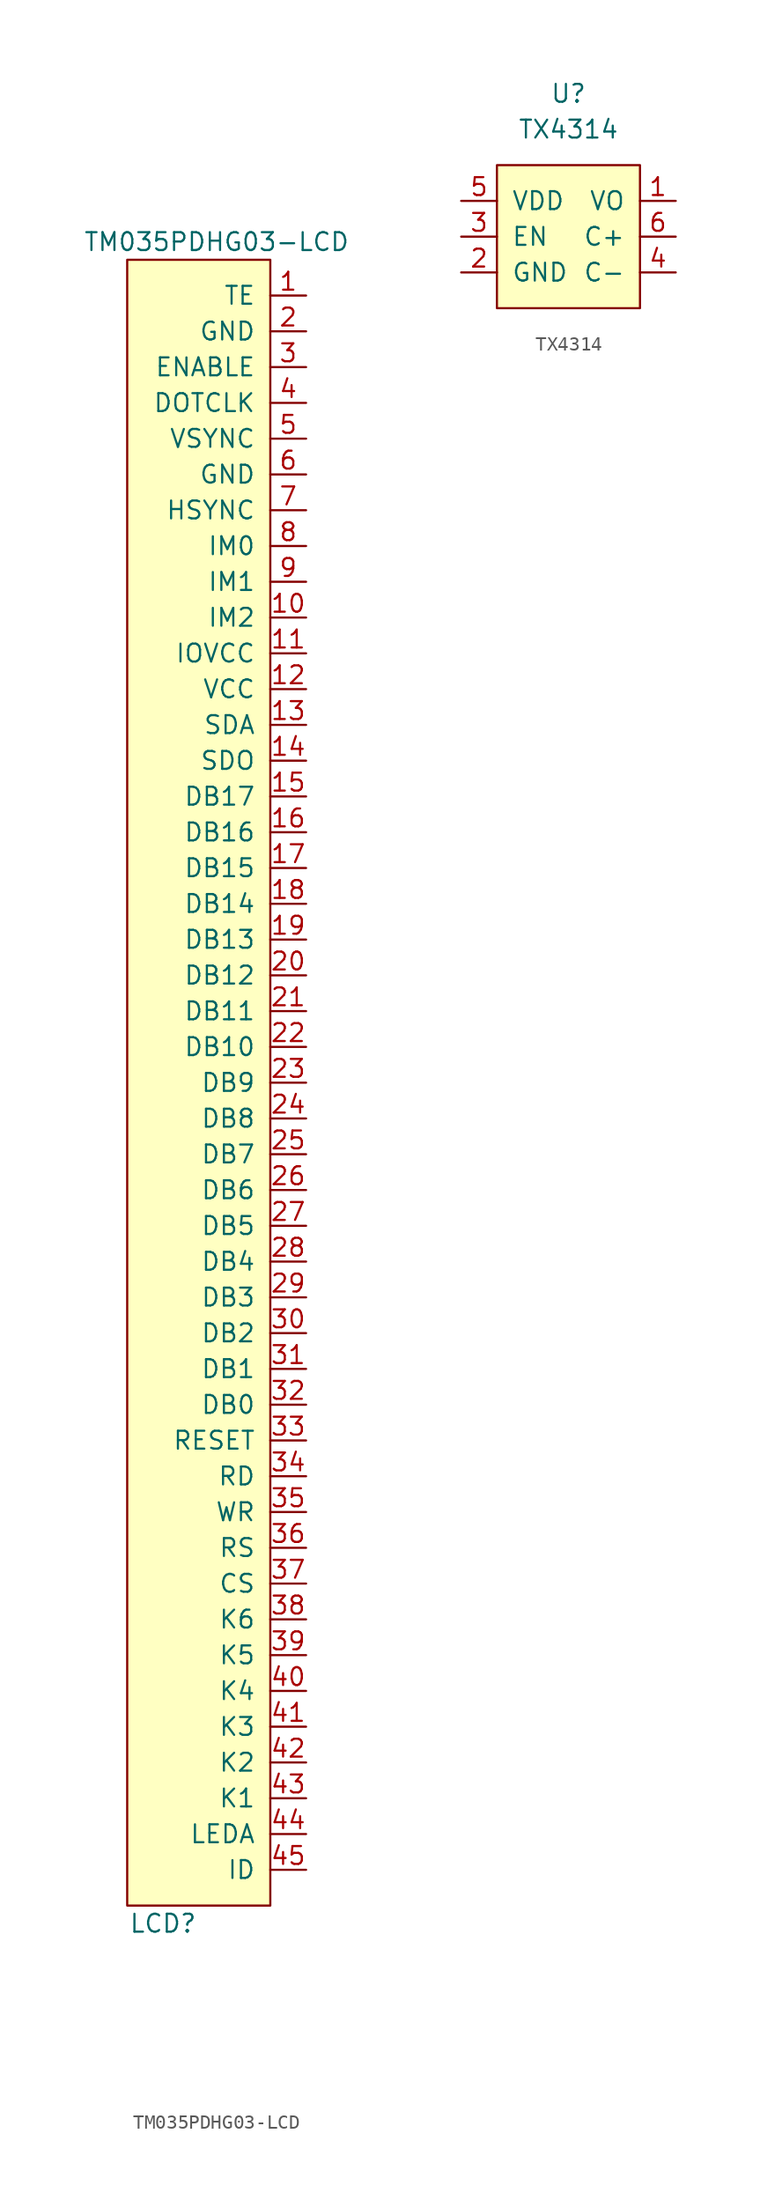
<source format=kicad_sym>
(kicad_symbol_lib
  (version 20210619)
  (generator kicad_symbol_editor)
  (symbol "symbols:TM035PDHG03-LCD"
    (pin_names
      (offset 1.016))
    (property "Reference" "LCD"
      (at -2.54 -59.69 0)
      (effects (font (size 1.27 1.27))))
    (property "Value" "TM035PDHG03-LCD"
      (at 1.27 59.69 0)
      (effects (font (size 1.27 1.27))))
    (symbol "TM035PDHG03-LCD_0_1"
      (rectangle (start -5.08 58.42) (end 5.08 -58.42) (stroke (width 0)) (fill (type background))))
    (symbol "TM035PDHG03-LCD_1_1"
      (pin input line (at 7.62 55.88 180) (length 2.54) (name "TE" (effects (font (size 1.27 1.27)))) (number "1" (effects (font (size 1.27 1.27)))))
      (pin input line (at 7.62 33.02 180) (length 2.54) (name "IM2" (effects (font (size 1.27 1.27)))) (number "10" (effects (font (size 1.27 1.27)))))
      (pin power_in line (at 7.62 30.48 180) (length 2.54) (name "IOVCC" (effects (font (size 1.27 1.27)))) (number "11" (effects (font (size 1.27 1.27)))))
      (pin power_in line (at 7.62 27.94 180) (length 2.54) (name "VCC" (effects (font (size 1.27 1.27)))) (number "12" (effects (font (size 1.27 1.27)))))
      (pin input line (at 7.62 25.4 180) (length 2.54) (name "SDA" (effects (font (size 1.27 1.27)))) (number "13" (effects (font (size 1.27 1.27)))))
      (pin output line (at 7.62 22.86 180) (length 2.54) (name "SDO" (effects (font (size 1.27 1.27)))) (number "14" (effects (font (size 1.27 1.27)))))
      (pin input line (at 7.62 20.32 180) (length 2.54) (name "DB17" (effects (font (size 1.27 1.27)))) (number "15" (effects (font (size 1.27 1.27)))))
      (pin input line (at 7.62 17.78 180) (length 2.54) (name "DB16" (effects (font (size 1.27 1.27)))) (number "16" (effects (font (size 1.27 1.27)))))
      (pin input line (at 7.62 15.24 180) (length 2.54) (name "DB15" (effects (font (size 1.27 1.27)))) (number "17" (effects (font (size 1.27 1.27)))))
      (pin input line (at 7.62 12.7 180) (length 2.54) (name "DB14" (effects (font (size 1.27 1.27)))) (number "18" (effects (font (size 1.27 1.27)))))
      (pin input line (at 7.62 10.16 180) (length 2.54) (name "DB13" (effects (font (size 1.27 1.27)))) (number "19" (effects (font (size 1.27 1.27)))))
      (pin power_in line (at 7.62 53.34 180) (length 2.54) (name "GND" (effects (font (size 1.27 1.27)))) (number "2" (effects (font (size 1.27 1.27)))))
      (pin input line (at 7.62 7.62 180) (length 2.54) (name "DB12" (effects (font (size 1.27 1.27)))) (number "20" (effects (font (size 1.27 1.27)))))
      (pin input line (at 7.62 5.08 180) (length 2.54) (name "DB11" (effects (font (size 1.27 1.27)))) (number "21" (effects (font (size 1.27 1.27)))))
      (pin input line (at 7.62 2.54 180) (length 2.54) (name "DB10" (effects (font (size 1.27 1.27)))) (number "22" (effects (font (size 1.27 1.27)))))
      (pin input line (at 7.62 0 180) (length 2.54) (name "DB9" (effects (font (size 1.27 1.27)))) (number "23" (effects (font (size 1.27 1.27)))))
      (pin input line (at 7.62 -2.54 180) (length 2.54) (name "DB8" (effects (font (size 1.27 1.27)))) (number "24" (effects (font (size 1.27 1.27)))))
      (pin input line (at 7.62 -5.08 180) (length 2.54) (name "DB7" (effects (font (size 1.27 1.27)))) (number "25" (effects (font (size 1.27 1.27)))))
      (pin input line (at 7.62 -7.62 180) (length 2.54) (name "DB6" (effects (font (size 1.27 1.27)))) (number "26" (effects (font (size 1.27 1.27)))))
      (pin input line (at 7.62 -10.16 180) (length 2.54) (name "DB5" (effects (font (size 1.27 1.27)))) (number "27" (effects (font (size 1.27 1.27)))))
      (pin input line (at 7.62 -12.7 180) (length 2.54) (name "DB4" (effects (font (size 1.27 1.27)))) (number "28" (effects (font (size 1.27 1.27)))))
      (pin input line (at 7.62 -15.24 180) (length 2.54) (name "DB3" (effects (font (size 1.27 1.27)))) (number "29" (effects (font (size 1.27 1.27)))))
      (pin input line (at 7.62 50.8 180) (length 2.54) (name "ENABLE" (effects (font (size 1.27 1.27)))) (number "3" (effects (font (size 1.27 1.27)))))
      (pin input line (at 7.62 -17.78 180) (length 2.54) (name "DB2" (effects (font (size 1.27 1.27)))) (number "30" (effects (font (size 1.27 1.27)))))
      (pin input line (at 7.62 -20.32 180) (length 2.54) (name "DB1" (effects (font (size 1.27 1.27)))) (number "31" (effects (font (size 1.27 1.27)))))
      (pin input line (at 7.62 -22.86 180) (length 2.54) (name "DB0" (effects (font (size 1.27 1.27)))) (number "32" (effects (font (size 1.27 1.27)))))
      (pin input line (at 7.62 -25.4 180) (length 2.54) (name "RESET" (effects (font (size 1.27 1.27)))) (number "33" (effects (font (size 1.27 1.27)))))
      (pin input line (at 7.62 -27.94 180) (length 2.54) (name "RD" (effects (font (size 1.27 1.27)))) (number "34" (effects (font (size 1.27 1.27)))))
      (pin input line (at 7.62 -30.48 180) (length 2.54) (name "WR" (effects (font (size 1.27 1.27)))) (number "35" (effects (font (size 1.27 1.27)))))
      (pin input line (at 7.62 -33.02 180) (length 2.54) (name "RS" (effects (font (size 1.27 1.27)))) (number "36" (effects (font (size 1.27 1.27)))))
      (pin input line (at 7.62 -35.56 180) (length 2.54) (name "CS" (effects (font (size 1.27 1.27)))) (number "37" (effects (font (size 1.27 1.27)))))
      (pin input line (at 7.62 -38.1 180) (length 2.54) (name "K6" (effects (font (size 1.27 1.27)))) (number "38" (effects (font (size 1.27 1.27)))))
      (pin input line (at 7.62 -40.64 180) (length 2.54) (name "K5" (effects (font (size 1.27 1.27)))) (number "39" (effects (font (size 1.27 1.27)))))
      (pin input line (at 7.62 48.26 180) (length 2.54) (name "DOTCLK" (effects (font (size 1.27 1.27)))) (number "4" (effects (font (size 1.27 1.27)))))
      (pin input line (at 7.62 -43.18 180) (length 2.54) (name "K4" (effects (font (size 1.27 1.27)))) (number "40" (effects (font (size 1.27 1.27)))))
      (pin input line (at 7.62 -45.72 180) (length 2.54) (name "K3" (effects (font (size 1.27 1.27)))) (number "41" (effects (font (size 1.27 1.27)))))
      (pin input line (at 7.62 -48.26 180) (length 2.54) (name "K2" (effects (font (size 1.27 1.27)))) (number "42" (effects (font (size 1.27 1.27)))))
      (pin input line (at 7.62 -50.8 180) (length 2.54) (name "K1" (effects (font (size 1.27 1.27)))) (number "43" (effects (font (size 1.27 1.27)))))
      (pin input line (at 7.62 -53.34 180) (length 2.54) (name "LEDA" (effects (font (size 1.27 1.27)))) (number "44" (effects (font (size 1.27 1.27)))))
      (pin input line (at 7.62 -55.88 180) (length 2.54) (name "ID" (effects (font (size 1.27 1.27)))) (number "45" (effects (font (size 1.27 1.27)))))
      (pin input line (at 7.62 45.72 180) (length 2.54) (name "VSYNC" (effects (font (size 1.27 1.27)))) (number "5" (effects (font (size 1.27 1.27)))))
      (pin power_in line (at 7.62 43.18 180) (length 2.54) (name "GND" (effects (font (size 1.27 1.27)))) (number "6" (effects (font (size 1.27 1.27)))))
      (pin input line (at 7.62 40.64 180) (length 2.54) (name "HSYNC" (effects (font (size 1.27 1.27)))) (number "7" (effects (font (size 1.27 1.27)))))
      (pin input line (at 7.62 38.1 180) (length 2.54) (name "IM0" (effects (font (size 1.27 1.27)))) (number "8" (effects (font (size 1.27 1.27)))))
      (pin input line (at 7.62 35.56 180) (length 2.54) (name "IM1" (effects (font (size 1.27 1.27)))) (number "9" (effects (font (size 1.27 1.27)))))))
  (symbol "symbols:TX4314"
    (pin_names
      (offset 1.016))
    (property "Reference" "U"
      (at 0 0 0)
      (effects (font (size 1.27 1.27))))
    (property "Value" "TX4314"
      (at 0 -2.54 0)
      (effects (font (size 1.27 1.27))))
    (symbol "TX4314_0_1"
      (rectangle (start -5.08 -5.08) (end 5.08 -15.24) (stroke (width 0)) (fill (type background))))
    (symbol "TX4314_1_1"
      (pin input line (at 7.62 -7.62 180) (length 2.54) (name "VO" (effects (font (size 1.27 1.27)))) (number "1" (effects (font (size 1.27 1.27)))))
      (pin input line (at -7.62 -12.7 0) (length 2.54) (name "GND" (effects (font (size 1.27 1.27)))) (number "2" (effects (font (size 1.27 1.27)))))
      (pin input line (at -7.62 -10.16 0) (length 2.54) (name "EN" (effects (font (size 1.27 1.27)))) (number "3" (effects (font (size 1.27 1.27)))))
      (pin input line (at 7.62 -12.7 180) (length 2.54) (name "C-" (effects (font (size 1.27 1.27)))) (number "4" (effects (font (size 1.27 1.27)))))
      (pin input line (at -7.62 -7.62 0) (length 2.54) (name "VDD" (effects (font (size 1.27 1.27)))) (number "5" (effects (font (size 1.27 1.27)))))
      (pin input line (at 7.62 -10.16 180) (length 2.54) (name "C+" (effects (font (size 1.27 1.27)))) (number "6" (effects (font (size 1.27 1.27))))))))
</source>
